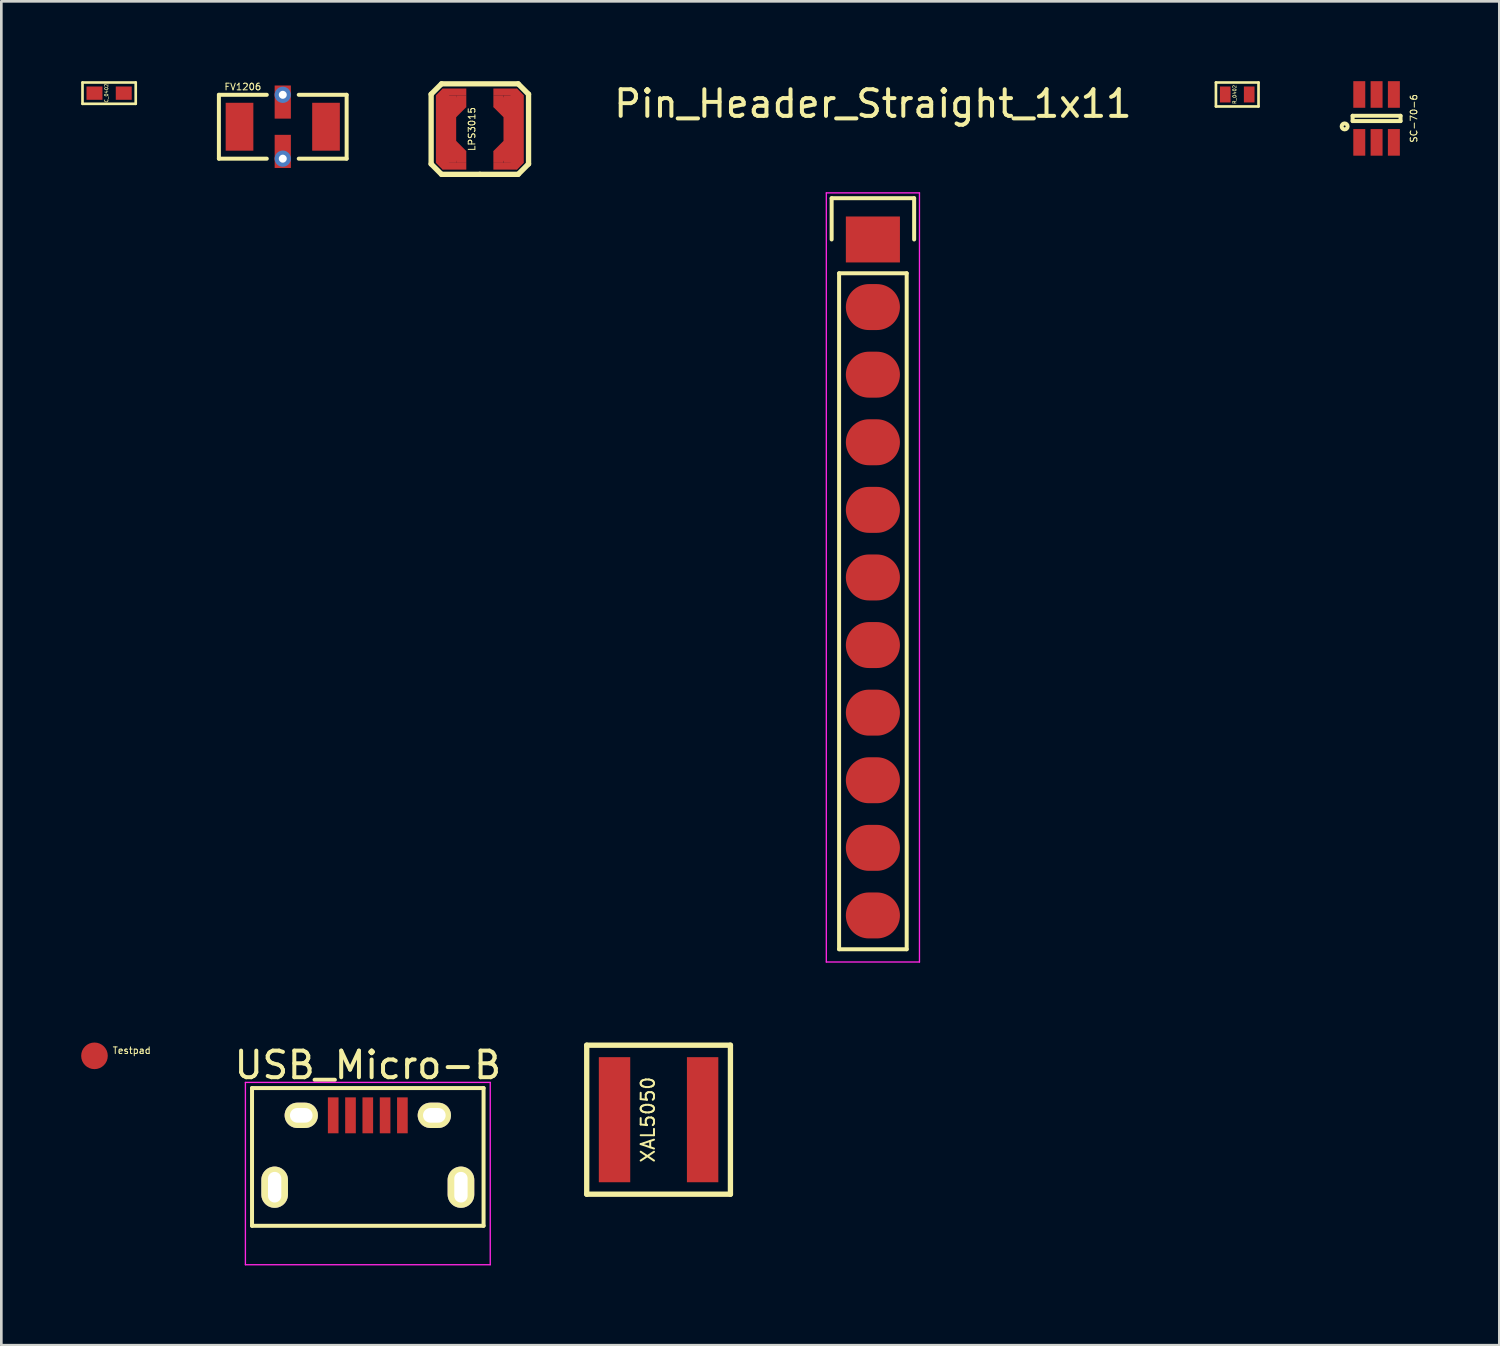
<source format=kicad_pcb>
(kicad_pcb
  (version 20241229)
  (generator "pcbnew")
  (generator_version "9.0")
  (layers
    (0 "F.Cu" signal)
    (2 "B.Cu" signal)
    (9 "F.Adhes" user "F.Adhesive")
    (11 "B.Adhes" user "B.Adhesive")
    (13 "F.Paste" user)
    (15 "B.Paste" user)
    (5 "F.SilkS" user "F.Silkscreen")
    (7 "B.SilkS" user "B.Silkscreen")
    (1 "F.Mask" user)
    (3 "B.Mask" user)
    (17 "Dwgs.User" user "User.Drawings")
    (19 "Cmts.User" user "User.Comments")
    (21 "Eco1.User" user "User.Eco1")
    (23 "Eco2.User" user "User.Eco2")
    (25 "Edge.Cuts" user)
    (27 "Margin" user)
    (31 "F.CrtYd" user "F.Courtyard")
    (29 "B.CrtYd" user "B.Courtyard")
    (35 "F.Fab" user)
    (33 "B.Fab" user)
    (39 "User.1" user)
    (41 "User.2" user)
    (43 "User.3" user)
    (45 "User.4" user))
  (footprint "Pin_Header_Straight_1x11"
    (layer "F.Cu")
    (at 29.749 5.948)
    (property "Reference" "Pin_Header_Straight_1x11" (at 0 -5.1 0) (layer "F.SilkS") (effects (font (size 1 1) (thickness 0.15))))
    (attr through_hole)
    (fp_line (start -1.55 -1.55) (end 1.55 -1.55) (stroke (width 0.15) (type solid)) (layer "F.SilkS"))
    (fp_line (start -1.55 0) (end -1.55 -1.55) (stroke (width 0.15) (type solid)) (layer "F.SilkS"))
    (fp_line (start -1.27 26.67) (end -1.27 1.27) (stroke (width 0.15) (type solid)) (layer "F.SilkS"))
    (fp_line (start 1.27 1.27) (end -1.27 1.27) (stroke (width 0.15) (type solid)) (layer "F.SilkS"))
    (fp_line (start 1.27 1.27) (end 1.27 26.67) (stroke (width 0.15) (type solid)) (layer "F.SilkS"))
    (fp_line (start 1.27 26.67) (end -1.27 26.67) (stroke (width 0.15) (type solid)) (layer "F.SilkS"))
    (fp_line (start 1.55 -1.55) (end 1.55 0) (stroke (width 0.15) (type solid)) (layer "F.SilkS"))
    (fp_line (start -1.75 -1.75) (end -1.75 27.15) (stroke (width 0.05) (type solid)) (layer "F.CrtYd"))
    (fp_line (start -1.75 -1.75) (end 1.75 -1.75) (stroke (width 0.05) (type solid)) (layer "F.CrtYd"))
    (fp_line (start -1.75 27.15) (end 1.75 27.15) (stroke (width 0.05) (type solid)) (layer "F.CrtYd"))
    (fp_line (start 1.75 -1.75) (end 1.75 27.15) (stroke (width 0.05) (type solid)) (layer "F.CrtYd"))
    (pad "1" smd rect (at 0 0) (size 2.032 1.727) (layers "F.Cu" "F.Mask" "F.Paste"))
    (pad "2" smd oval (at 0 2.54) (size 2.032 1.727) (layers "F.Cu" "F.Mask" "F.Paste"))
    (pad "3" smd oval (at 0 5.08) (size 2.032 1.727) (layers "F.Cu" "F.Mask" "F.Paste"))
    (pad "4" smd oval (at 0 7.62) (size 2.032 1.727) (layers "F.Cu" "F.Mask" "F.Paste"))
    (pad "5" smd oval (at 0 10.16) (size 2.032 1.727) (layers "F.Cu" "F.Mask" "F.Paste"))
    (pad "6" smd oval (at 0 12.7) (size 2.032 1.727) (layers "F.Cu" "F.Mask" "F.Paste"))
    (pad "7" smd oval (at 0 15.24) (size 2.032 1.727) (layers "F.Cu" "F.Mask" "F.Paste"))
    (pad "8" smd oval (at 0 17.78) (size 2.032 1.727) (layers "F.Cu" "F.Mask" "F.Paste"))
    (pad "9" smd oval (at 0 20.32) (size 2.032 1.727) (layers "F.Cu" "F.Mask" "F.Paste"))
    (pad "10" smd oval (at 0 22.86) (size 2.032 1.727) (layers "F.Cu" "F.Mask" "F.Paste"))
    (pad "11" smd oval (at 0 25.4) (size 2.032 1.727) (layers "F.Cu" "F.Mask" "F.Paste")))
  (footprint "USB_Micro-B"
    (layer "F.Cu")
    (at 10.771 40.422)
    (property "Reference" "USB_Micro-B" (at 0 -3.45 0) (layer "F.SilkS") (effects (font (size 1 1) (thickness 0.15))))
    (attr smd)
    (fp_line (start -4.351 -2.588) (end 4.349 -2.588) (stroke (width 0.15) (type solid)) (layer "F.SilkS"))
    (fp_line (start -4.351 2.587) (end -4.351 -2.588) (stroke (width 0.15) (type solid)) (layer "F.SilkS"))
    (fp_line (start 4.349 -2.588) (end 4.349 2.587) (stroke (width 0.15) (type solid)) (layer "F.SilkS"))
    (fp_line (start 4.349 2.587) (end -4.351 2.587) (stroke (width 0.15) (type solid)) (layer "F.SilkS"))
    (fp_line (start -4.6 -2.8) (end 4.6 -2.8) (stroke (width 0.05) (type solid)) (layer "F.CrtYd"))
    (fp_line (start -4.6 4.05) (end -4.6 -2.8) (stroke (width 0.05) (type solid)) (layer "F.CrtYd"))
    (fp_line (start 4.6 -2.8) (end 4.6 4.05) (stroke (width 0.05) (type solid)) (layer "F.CrtYd"))
    (fp_line (start 4.6 4.05) (end -4.6 4.05) (stroke (width 0.05) (type solid)) (layer "F.CrtYd"))
    (pad "1" smd rect (at -1.301 -1.563 90) (size 1.35 0.4) (layers "F.Cu" "F.Mask" "F.Paste"))
    (pad "2" smd rect (at -0.651 -1.563 90) (size 1.35 0.4) (layers "F.Cu" "F.Mask" "F.Paste"))
    (pad "3" smd rect (at -0.001 -1.563 90) (size 1.35 0.4) (layers "F.Cu" "F.Mask" "F.Paste"))
    (pad "4" smd rect (at 0.649 -1.563 90) (size 1.35 0.4) (layers "F.Cu" "F.Mask" "F.Paste"))
    (pad "5" smd rect (at 1.299 -1.563 90) (size 1.35 0.4) (layers "F.Cu" "F.Mask" "F.Paste"))
    (pad "6" thru_hole oval (at -3.501 1.137 90) (size 1.55 1) (drill oval 1.15 0.5) (layers "*.Cu" "*.Mask" "F.SilkS"))
    (pad "6" thru_hole oval (at -2.501 -1.563 90) (size 0.95 1.25) (drill oval 0.55 0.85) (layers "*.Cu" "*.Mask" "F.SilkS"))
    (pad "6" thru_hole oval (at 2.499 -1.563 90) (size 0.95 1.25) (drill oval 0.55 0.85) (layers "*.Cu" "*.Mask" "F.SilkS"))
    (pad "6" thru_hole oval (at 3.499 1.137 90) (size 1.55 1) (drill oval 1.15 0.5) (layers "*.Cu" "*.Mask" "F.SilkS")))
  (footprint "SC-70-6"
    (layer "F.Cu")
    (at 48.675 1.4)
    (property "Reference" "SC-70-6" (at 1.4 0 90) (layer "F.SilkS") (effects (font (size 0.25 0.25) (thickness 0.037))))
    (attr through_hole)
    (fp_line (start -0.9 -0.1) (end 0.9 -0.1) (stroke (width 0.15) (type solid)) (layer "F.SilkS"))
    (fp_line (start -0.9 0.1) (end -0.9 -0.1) (stroke (width 0.15) (type solid)) (layer "F.SilkS"))
    (fp_line (start 0.9 -0.1) (end 0.9 0.1) (stroke (width 0.15) (type solid)) (layer "F.SilkS"))
    (fp_line (start 0.9 0.1) (end -0.9 0.1) (stroke (width 0.15) (type solid)) (layer "F.SilkS"))
    (fp_circle (center -1.2 0.3) (end -1.1 0.35) (stroke (width 0.15) (type solid)) (fill no) (layer "F.SilkS"))
    (pad "1" smd rect (at -0.65 0.9) (size 0.45 1) (layers "F.Cu" "F.Mask" "F.Paste"))
    (pad "2" smd rect (at 0 0.9) (size 0.45 1) (layers "F.Cu" "F.Mask" "F.Paste"))
    (pad "3" smd rect (at 0.65 0.9) (size 0.45 1) (layers "F.Cu" "F.Mask" "F.Paste"))
    (pad "4" smd rect (at 0.65 -0.9) (size 0.45 1) (layers "F.Cu" "F.Mask" "F.Paste"))
    (pad "5" smd rect (at 0 -0.9) (size 0.45 1) (layers "F.Cu" "F.Mask" "F.Paste"))
    (pad "6" smd rect (at -0.65 -0.9) (size 0.45 1) (layers "F.Cu" "F.Mask" "F.Paste")))
  (footprint "R_0402"
    (layer "F.Cu")
    (at 43.439 0.5)
    (property "Reference" "R_0402" (at -0.1 0 90) (layer "F.SilkS") (effects (font (size 0.127 0.127) (thickness 0.019))))
    (attr smd)
    (fp_line (start -0.8 -0.45) (end 0.8 -0.45) (stroke (width 0.1) (type solid)) (layer "F.SilkS"))
    (fp_line (start -0.8 0.45) (end -0.8 -0.45) (stroke (width 0.1) (type solid)) (layer "F.SilkS"))
    (fp_line (start 0.8 -0.45) (end 0.8 0.45) (stroke (width 0.1) (type solid)) (layer "F.SilkS"))
    (fp_line (start 0.8 0.45) (end -0.8 0.45) (stroke (width 0.1) (type solid)) (layer "F.SilkS"))
    (pad "1" smd rect (at -0.45 0) (size 0.4 0.6) (layers "F.Cu" "F.Mask" "F.Paste"))
    (pad "2" smd rect (at 0.45 0) (size 0.4 0.6) (layers "F.Cu" "F.Mask" "F.Paste")))
  (footprint "LPS3015"
    (layer "F.Cu")
    (at 14.98 1.8)
    (property "Reference" "LPS3015" (at -0.3 0 90) (layer "F.SilkS") (effects (font (size 0.25 0.25) (thickness 0.037))))
    (attr through_hole)
    (fp_line (start -1.83 -1.31) (end -1.83 1.31) (stroke (width 0.2) (type solid)) (layer "F.SilkS"))
    (fp_line (start -1.83 -1.31) (end -1.44 -1.7) (stroke (width 0.2) (type solid)) (layer "F.SilkS"))
    (fp_line (start -1.83 1.31) (end -1.44 1.7) (stroke (width 0.2) (type solid)) (layer "F.SilkS"))
    (fp_line (start -1.44 -1.7) (end 1.44 -1.7) (stroke (width 0.2) (type solid)) (layer "F.SilkS"))
    (fp_line (start 0 1.7) (end -1.44 1.7) (stroke (width 0.2) (type solid)) (layer "F.SilkS"))
    (fp_line (start 0 1.7) (end 1.44 1.7) (stroke (width 0.2) (type solid)) (layer "F.SilkS"))
    (fp_line (start 1.44 -1.7) (end 1.83 -1.31) (stroke (width 0.2) (type solid)) (layer "F.SilkS"))
    (fp_line (start 1.44 1.7) (end 1.83 1.31) (stroke (width 0.2) (type solid)) (layer "F.SilkS"))
    (fp_line (start 1.83 1.31) (end 1.83 -1.31) (stroke (width 0.2) (type solid)) (layer "F.SilkS"))
    (pad "1" smd rect (at -1.397 -1.27 45) (size 0.359 0.359) (layers "F.Cu" "F.Mask" "F.Paste"))
    (pad "1" smd rect (at -1.397 1.27 45) (size 0.359 0.359) (layers "F.Cu" "F.Mask" "F.Paste"))
    (pad "1" smd rect (at -1.27 0) (size 0.762 2.54) (layers "F.Cu" "F.Mask" "F.Paste"))
    (pad "1" smd rect (at -0.953 -1.397) (size 0.889 0.254) (layers "F.Cu" "F.Mask" "F.Paste"))
    (pad "1" smd rect (at -0.953 1.397) (size 0.889 0.254) (layers "F.Cu" "F.Mask" "F.Paste"))
    (pad "1" smd rect (at -0.889 -0.826 45) (size 0.538 0.538) (layers "F.Cu" "F.Mask" "F.Paste"))
    (pad "1" smd rect (at -0.889 0.826 45) (size 0.538 0.538) (layers "F.Cu" "F.Mask" "F.Paste"))
    (pad "1" smd rect (at -0.699 -1.048) (size 0.381 0.445) (layers "F.Cu" "F.Mask" "F.Paste"))
    (pad "1" smd rect (at -0.699 1.048) (size 0.381 0.445) (layers "F.Cu" "F.Mask" "F.Paste"))
    (pad "2" smd rect (at 0.699 -1.048) (size 0.381 0.445) (layers "F.Cu" "F.Mask" "F.Paste"))
    (pad "2" smd rect (at 0.699 1.048) (size 0.381 0.445) (layers "F.Cu" "F.Mask" "F.Paste"))
    (pad "2" smd rect (at 0.889 -0.826 45) (size 0.538 0.538) (layers "F.Cu" "F.Mask" "F.Paste"))
    (pad "2" smd rect (at 0.889 0.826 45) (size 0.538 0.538) (layers "F.Cu" "F.Mask" "F.Paste"))
    (pad "2" smd rect (at 0.953 -1.397) (size 0.889 0.254) (layers "F.Cu" "F.Mask" "F.Paste"))
    (pad "2" smd rect (at 0.953 1.397) (size 0.889 0.254) (layers "F.Cu" "F.Mask" "F.Paste"))
    (pad "2" smd rect (at 1.27 0) (size 0.762 2.54) (layers "F.Cu" "F.Mask" "F.Paste"))
    (pad "2" smd rect (at 1.397 -1.27 45) (size 0.359 0.359) (layers "F.Cu" "F.Mask" "F.Paste"))
    (pad "2" smd rect (at 1.397 1.27 45) (size 0.359 0.359) (layers "F.Cu" "F.Mask" "F.Paste")))
  (footprint "Testpad"
    (layer "F.Cu")
    (at 0.5 36.623)
    (property "Reference" "Testpad" (at 1.4 -0.2 0) (layer "F.SilkS") (effects (font (size 0.25 0.25) (thickness 0.037))))
    (attr through_hole)
    (pad "1" smd circle (at 0 0) (size 1 1) (layers "F.Cu" "F.Mask" "F.Paste")))
  (footprint "XAL5050"
    (layer "F.Cu")
    (at 21.696 39.023)
    (property "Reference" "XAL5050" (at -0.4 0 90) (layer "F.SilkS") (effects (font (size 0.5 0.5) (thickness 0.075))))
    (attr through_hole)
    (fp_line (start -2.7 -2.8) (end -2.7 2.8) (stroke (width 0.2) (type solid)) (layer "F.SilkS"))
    (fp_line (start -2.7 2.8) (end 2.7 2.8) (stroke (width 0.2) (type solid)) (layer "F.SilkS"))
    (fp_line (start 2.7 -2.8) (end -2.7 -2.8) (stroke (width 0.2) (type solid)) (layer "F.SilkS"))
    (fp_line (start 2.7 -2.8) (end 2.7 2.8) (stroke (width 0.2) (type solid)) (layer "F.SilkS"))
    (pad "1" smd rect (at -1.655 0) (size 1.18 4.7) (layers "F.Cu" "F.Mask" "F.Paste"))
    (pad "2" smd rect (at 1.655 0) (size 1.18 4.7) (layers "F.Cu" "F.Mask" "F.Paste")))
  (footprint "C_0402"
    (layer "F.Cu")
    (at 1.05 0.45)
    (property "Reference" "C_0402" (at -0.1 0 90) (layer "F.SilkS") (effects (font (size 0.127 0.127) (thickness 0.019))))
    (attr smd)
    (fp_line (start -1 -0.4) (end 1 -0.4) (stroke (width 0.1) (type solid)) (layer "F.SilkS"))
    (fp_line (start -1 0.4) (end -1 -0.4) (stroke (width 0.1) (type solid)) (layer "F.SilkS"))
    (fp_line (start 1 -0.4) (end 1 0.4) (stroke (width 0.1) (type solid)) (layer "F.SilkS"))
    (fp_line (start 1 0.4) (end -1 0.4) (stroke (width 0.1) (type solid)) (layer "F.SilkS"))
    (pad "1" smd rect (at -0.55 0) (size 0.6 0.5) (layers "F.Cu" "F.Mask" "F.Paste"))
    (pad "2" smd rect (at 0.55 0) (size 0.6 0.5) (layers "F.Cu" "F.Mask" "F.Paste")))
  (footprint "FV1206"
    (layer "F.Cu")
    (at 7.575 1.712)
    (property "Reference" "FV1206" (at -1.5 -1.5 0) (layer "F.SilkS") (effects (font (size 0.25 0.25) (thickness 0.037))))
    (attr through_hole)
    (fp_line (start -2.4 -1.2) (end -2.4 1.2) (stroke (width 0.15) (type solid)) (layer "F.SilkS"))
    (fp_line (start -2.4 -1.2) (end -0.6 -1.2) (stroke (width 0.15) (type solid)) (layer "F.SilkS"))
    (fp_line (start -2.4 1.2) (end -0.6 1.2) (stroke (width 0.15) (type solid)) (layer "F.SilkS"))
    (fp_line (start 2.4 -1.2) (end 0.6 -1.2) (stroke (width 0.15) (type solid)) (layer "F.SilkS"))
    (fp_line (start 2.4 1.2) (end 0.6 1.2) (stroke (width 0.15) (type solid)) (layer "F.SilkS"))
    (fp_line (start 2.4 1.2) (end 2.4 -1.2) (stroke (width 0.15) (type solid)) (layer "F.SilkS"))
    (pad "1" smd rect (at -1.625 0) (size 1.04 1.8) (layers "F.Cu" "F.Mask" "F.Paste"))
    (pad "2" smd rect (at 1.625 0) (size 1.04 1.8) (layers "F.Cu" "F.Mask" "F.Paste"))
    (pad "3" thru_hole circle (at 0 -1.2) (size 0.61 0.61) (drill 0.3) (layers "*.Cu"))
    (pad "3" smd rect (at 0 -0.927) (size 0.61 1.245) (layers "F.Cu" "F.Mask" "F.Paste"))
    (pad "3" smd rect (at 0 0.927) (size 0.61 1.245) (layers "F.Cu" "F.Mask" "F.Paste"))
    (pad "3" thru_hole circle (at 0 1.2) (size 0.61 0.61) (drill 0.3) (layers "*.Cu")))
  (gr_rect
    (start -3 -3)
    (end 53.287 47.496)
    (stroke (width 0.1) (type default))
    (fill no)
    (layer "Edge.Cuts")))
</source>
